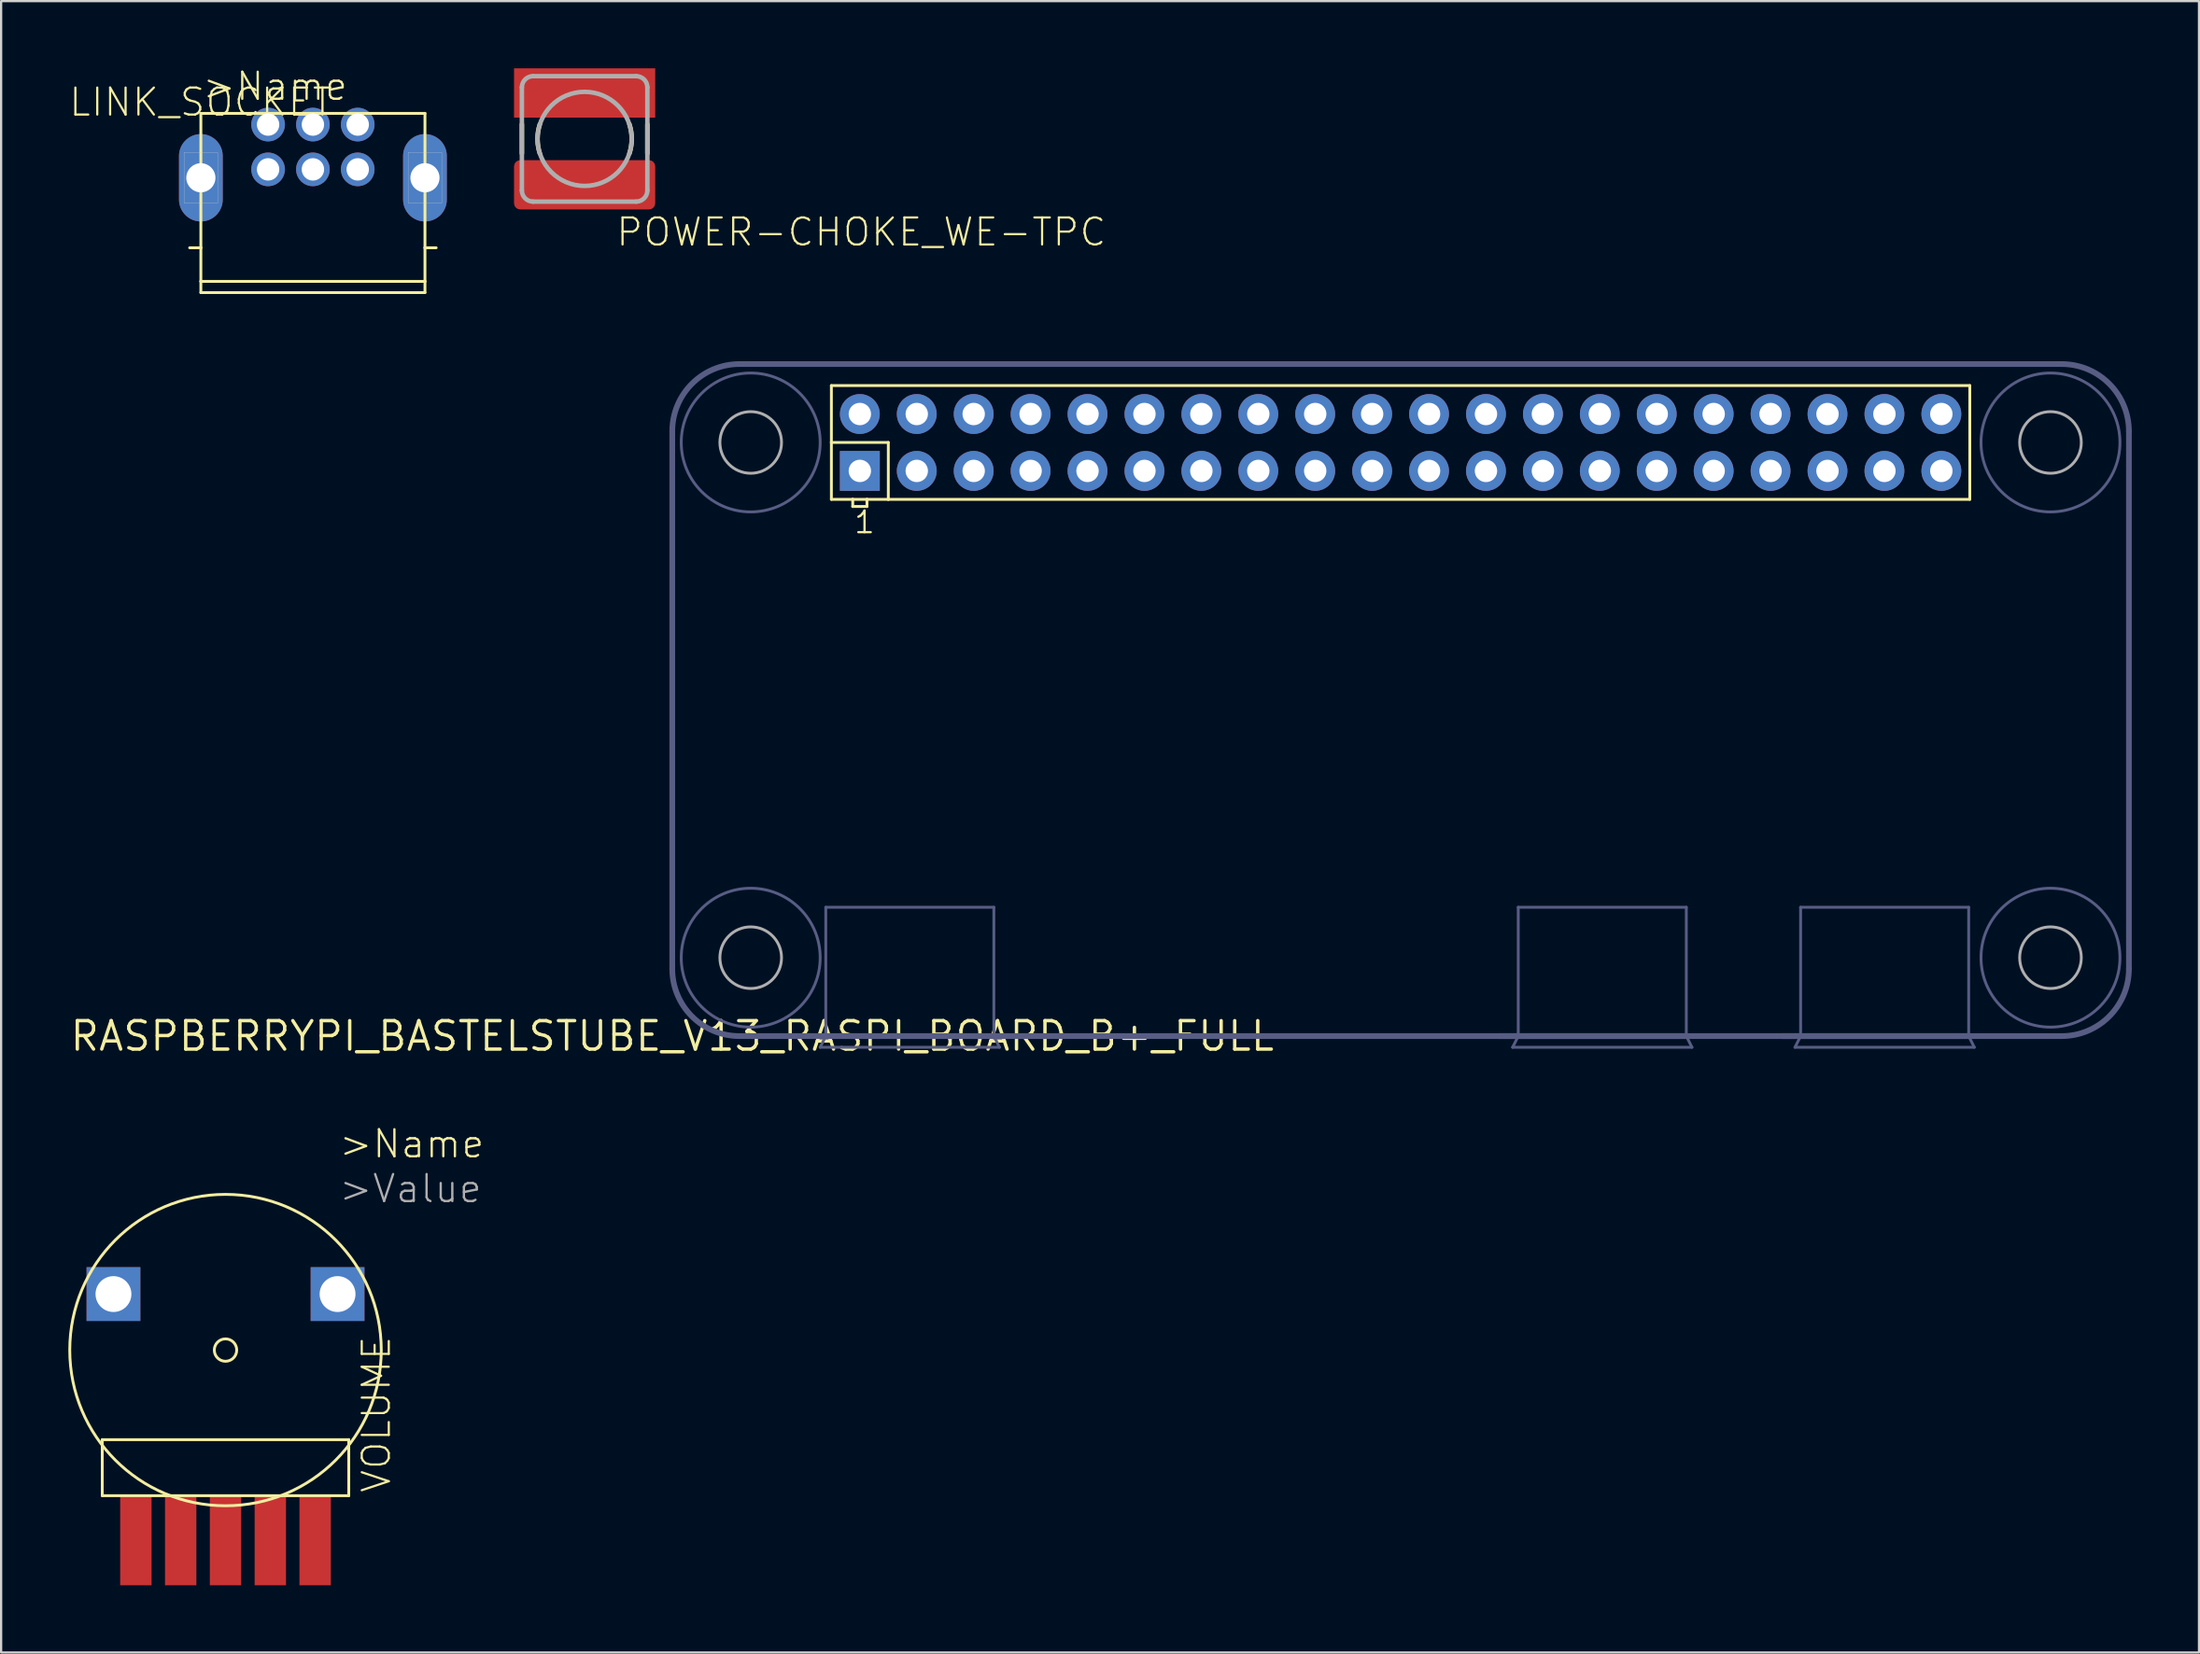
<source format=kicad_pcb>
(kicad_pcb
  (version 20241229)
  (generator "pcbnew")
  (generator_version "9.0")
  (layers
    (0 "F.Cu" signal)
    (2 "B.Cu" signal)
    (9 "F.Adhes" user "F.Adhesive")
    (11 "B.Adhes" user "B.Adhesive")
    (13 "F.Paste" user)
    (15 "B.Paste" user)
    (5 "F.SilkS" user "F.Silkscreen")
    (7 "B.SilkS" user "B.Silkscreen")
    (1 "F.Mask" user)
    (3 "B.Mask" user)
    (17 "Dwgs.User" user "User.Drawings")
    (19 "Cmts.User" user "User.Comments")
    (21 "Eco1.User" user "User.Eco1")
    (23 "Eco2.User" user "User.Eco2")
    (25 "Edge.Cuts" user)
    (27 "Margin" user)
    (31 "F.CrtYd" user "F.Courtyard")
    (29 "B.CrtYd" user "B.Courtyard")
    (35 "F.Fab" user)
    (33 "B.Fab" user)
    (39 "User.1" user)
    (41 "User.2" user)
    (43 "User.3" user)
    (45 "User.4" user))
  (footprint "LINK_SOCKET"
    (layer "F.Cu")
    (at 10.913 3.511)
    (property "Reference" "LINK_SOCKET" (at -5 -2 180) (layer "F.SilkS") (effects (font (size 1.206 1.206) (thickness 0.097))))
    (attr through_hole)
    (fp_line (start -5 -1.5) (end 5 -1.5) (stroke (width 0.127) (type solid)) (layer "F.SilkS"))
    (fp_line (start -5 4.5) (end -5.5 4.5) (stroke (width 0.127) (type solid)) (layer "F.SilkS"))
    (fp_line (start -5 4.5) (end -5 -1.5) (stroke (width 0.127) (type solid)) (layer "F.SilkS"))
    (fp_line (start -5 6) (end -5 4.5) (stroke (width 0.127) (type solid)) (layer "F.SilkS"))
    (fp_line (start -5 6) (end 5 6) (stroke (width 0.127) (type solid)) (layer "F.SilkS"))
    (fp_line (start -5 6.5) (end -5 6) (stroke (width 0.127) (type solid)) (layer "F.SilkS"))
    (fp_line (start 5 -1.5) (end 5 4.5) (stroke (width 0.127) (type solid)) (layer "F.SilkS"))
    (fp_line (start 5 4.5) (end 5 6) (stroke (width 0.127) (type solid)) (layer "F.SilkS"))
    (fp_line (start 5 4.5) (end 5.5 4.5) (stroke (width 0.127) (type solid)) (layer "F.SilkS"))
    (fp_line (start 5 6) (end 5 6.5) (stroke (width 0.127) (type solid)) (layer "F.SilkS"))
    (fp_line (start 5 6.5) (end -5 6.5) (stroke (width 0.127) (type solid)) (layer "F.SilkS"))
    (fp_line (start -5.75 0.25) (end -4.25 0.25) (stroke (width 0.01) (type solid)) (layer "Edge.Cuts"))
    (fp_line (start -5.75 2.5) (end -5.75 0.25) (stroke (width 0.01) (type solid)) (layer "Edge.Cuts"))
    (fp_line (start -4.25 0.25) (end -4.25 2.5) (stroke (width 0.01) (type solid)) (layer "Edge.Cuts"))
    (fp_line (start -4.25 2.5) (end -5.75 2.5) (stroke (width 0.01) (type solid)) (layer "Edge.Cuts"))
    (fp_line (start 4.25 0.25) (end 5.75 0.25) (stroke (width 0.01) (type solid)) (layer "Edge.Cuts"))
    (fp_line (start 4.25 2.5) (end 4.25 0.25) (stroke (width 0.01) (type solid)) (layer "Edge.Cuts"))
    (fp_line (start 5.75 0.25) (end 5.75 2.5) (stroke (width 0.01) (type solid)) (layer "Edge.Cuts"))
    (fp_line (start 5.75 2.5) (end 4.25 2.5) (stroke (width 0.01) (type solid)) (layer "Edge.Cuts"))
    (fp_text user ">Name" (at -5 -2 0) (layer "F.SilkS") (effects (font (size 1.206 1.206) (thickness 0.102)) (justify left bottom)))
    (pad "1" thru_hole circle (at -2 1) (size 1.5 1.5) (drill 1) (layers "*.Cu" "*.Mask"))
    (pad "2" thru_hole circle (at -2 -1) (size 1.5 1.5) (drill 1) (layers "*.Cu" "*.Mask"))
    (pad "3" thru_hole circle (at 0 1) (size 1.5 1.5) (drill 1) (layers "*.Cu" "*.Mask"))
    (pad "4" thru_hole circle (at 0 -1) (size 1.5 1.5) (drill 1) (layers "*.Cu" "*.Mask"))
    (pad "5" thru_hole circle (at 2 1) (size 1.5 1.5) (drill 1) (layers "*.Cu" "*.Mask"))
    (pad "6" thru_hole circle (at 2 -1) (size 1.5 1.5) (drill 1) (layers "*.Cu" "*.Mask"))
    (pad "GND@1" thru_hole oval (at -5 1.375 90) (size 3.9 1.95) (drill 1.3) (layers "*.Cu" "*.Mask"))
    (pad "GND@2" thru_hole oval (at 5 1.375 90) (size 3.9 1.95) (drill 1.3) (layers "*.Cu" "*.Mask")))
  (footprint "VOLUME"
    (layer "F.Cu")
    (at 7.013 63.719)
    (property "Reference" "VOLUME" (at 6.732 -3.631 270) (layer "F.SilkS") (effects (font (size 1.206 1.206) (thickness 0.097))))
    (attr through_hole)
    (fp_line (start -5.5 -2.5) (end 5.5 -2.5) (stroke (width 0.127) (type solid)) (layer "F.SilkS"))
    (fp_line (start -5.5 0) (end -5.5 -2.5) (stroke (width 0.127) (type solid)) (layer "F.SilkS"))
    (fp_line (start 5.5 -2.5) (end 5.5 0) (stroke (width 0.127) (type solid)) (layer "F.SilkS"))
    (fp_line (start 5.5 0) (end -5.5 0) (stroke (width 0.127) (type solid)) (layer "F.SilkS"))
    (fp_circle (center 0 -6.5) (end 0.5 -6.5) (stroke (width 0.127) (type solid)) (fill no) (layer "F.SilkS"))
    (fp_circle (center 0 -6.5) (end 6.95 -6.5) (stroke (width 0.127) (type solid)) (fill no) (layer "F.SilkS"))
    (fp_text user ">Name" (at 5 -15 0) (layer "F.SilkS") (effects (font (size 1.206 1.206) (thickness 0.102)) (justify left bottom)))
    (fp_text user ">Value" (at 5 -13 0) (layer "F.Fab") (effects (font (size 1.206 1.206) (thickness 0.102)) (justify left bottom)))
    (pad "1" smd rect (at -4 2) (size 1.4 4) (layers "F.Cu" "F.Mask" "F.Paste"))
    (pad "2" smd rect (at -2 2) (size 1.4 4) (layers "F.Cu" "F.Mask" "F.Paste"))
    (pad "3" smd rect (at 0 2) (size 1.4 4) (layers "F.Cu" "F.Mask" "F.Paste"))
    (pad "4" smd rect (at 2 2) (size 1.4 4) (layers "F.Cu" "F.Mask" "F.Paste"))
    (pad "5" smd rect (at 4 2) (size 1.4 4) (layers "F.Cu" "F.Mask" "F.Paste"))
    (pad "P$6" thru_hole rect (at -5 -9) (size 2.4 2.4) (drill 1.6) (layers "*.Cu" "*.Mask"))
    (pad "P$7" thru_hole rect (at 5 -9) (size 2.4 2.4) (drill 1.6) (layers "*.Cu" "*.Mask")))
  (footprint "RASPBERRYPI_BASTELSTUBE_V13_RASPI_BOARD_B+_FULL"
    (layer "F.Cu")
    (at 26.949 43.202)
    (property "Reference" "RASPBERRYPI_BASTELSTUBE_V13_RASPI_BOARD_B+_FULL" (at 0 0 0) (layer "F.SilkS") (effects (font (size 1.27 1.27) (thickness 0.15))))
    (attr through_hole)
    (fp_line (start 7.1 -29.04) (end 7.1 -26.5) (stroke (width 0.127) (type solid)) (layer "F.SilkS"))
    (fp_line (start 7.1 -26.5) (end 7.1 -23.96) (stroke (width 0.127) (type solid)) (layer "F.SilkS"))
    (fp_line (start 7.1 -26.5) (end 9.64 -26.5) (stroke (width 0.127) (type solid)) (layer "F.SilkS"))
    (fp_line (start 7.1 -23.96) (end 8.053 -23.96) (stroke (width 0.127) (type solid)) (layer "F.SilkS"))
    (fp_line (start 8.053 -23.96) (end 8.053 -23.642) (stroke (width 0.127) (type solid)) (layer "F.SilkS"))
    (fp_line (start 8.053 -23.96) (end 8.688 -23.96) (stroke (width 0.127) (type solid)) (layer "F.SilkS"))
    (fp_line (start 8.053 -23.642) (end 8.688 -23.642) (stroke (width 0.127) (type solid)) (layer "F.SilkS"))
    (fp_line (start 8.688 -23.96) (end 9.64 -23.96) (stroke (width 0.127) (type solid)) (layer "F.SilkS"))
    (fp_line (start 8.688 -23.642) (end 8.688 -23.96) (stroke (width 0.127) (type solid)) (layer "F.SilkS"))
    (fp_line (start 9.64 -26.5) (end 9.64 -23.96) (stroke (width 0.127) (type solid)) (layer "F.SilkS"))
    (fp_line (start 9.64 -23.96) (end 57.9 -23.96) (stroke (width 0.127) (type solid)) (layer "F.SilkS"))
    (fp_line (start 57.9 -29.04) (end 7.1 -29.04) (stroke (width 0.127) (type solid)) (layer "F.SilkS"))
    (fp_line (start 57.9 -23.96) (end 57.9 -29.04) (stroke (width 0.127) (type solid)) (layer "F.SilkS"))
    (fp_line (start 0 -27) (end 0 -3) (stroke (width 0.254) (type solid)) (layer "B.Fab"))
    (fp_line (start 3 0) (end 6.85 0) (stroke (width 0.254) (type solid)) (layer "B.Fab"))
    (fp_line (start 6.6 0.5) (end 14.6 0.5) (stroke (width 0.127) (type solid)) (layer "B.Fab"))
    (fp_line (start 6.85 -5.75) (end 14.35 -5.75) (stroke (width 0.127) (type solid)) (layer "B.Fab"))
    (fp_line (start 6.85 0) (end 6.6 0.5) (stroke (width 0.127) (type solid)) (layer "B.Fab"))
    (fp_line (start 6.85 0) (end 6.85 -5.75) (stroke (width 0.127) (type solid)) (layer "B.Fab"))
    (fp_line (start 6.85 0) (end 14.35 0) (stroke (width 0.254) (type solid)) (layer "B.Fab"))
    (fp_line (start 14.35 -5.75) (end 14.35 0) (stroke (width 0.127) (type solid)) (layer "B.Fab"))
    (fp_line (start 14.35 0) (end 62 0) (stroke (width 0.254) (type solid)) (layer "B.Fab"))
    (fp_line (start 14.6 0.5) (end 14.35 0) (stroke (width 0.127) (type solid)) (layer "B.Fab"))
    (fp_line (start 36.9 0) (end 37.75 0) (stroke (width 0.254) (type solid)) (layer "B.Fab"))
    (fp_line (start 37.5 0.5) (end 45.5 0.5) (stroke (width 0.127) (type solid)) (layer "B.Fab"))
    (fp_line (start 37.75 -5.75) (end 45.25 -5.75) (stroke (width 0.127) (type solid)) (layer "B.Fab"))
    (fp_line (start 37.75 0) (end 37.5 0.5) (stroke (width 0.127) (type solid)) (layer "B.Fab"))
    (fp_line (start 37.75 0) (end 37.75 -5.75) (stroke (width 0.127) (type solid)) (layer "B.Fab"))
    (fp_line (start 37.75 0) (end 45.25 0) (stroke (width 0.254) (type solid)) (layer "B.Fab"))
    (fp_line (start 45.25 -5.75) (end 45.25 0) (stroke (width 0.127) (type solid)) (layer "B.Fab"))
    (fp_line (start 45.5 0.5) (end 45.25 0) (stroke (width 0.127) (type solid)) (layer "B.Fab"))
    (fp_line (start 49.5 0) (end 50.35 0) (stroke (width 0.254) (type solid)) (layer "B.Fab"))
    (fp_line (start 50.1 0.5) (end 58.1 0.5) (stroke (width 0.127) (type solid)) (layer "B.Fab"))
    (fp_line (start 50.35 -5.75) (end 57.85 -5.75) (stroke (width 0.127) (type solid)) (layer "B.Fab"))
    (fp_line (start 50.35 0) (end 50.1 0.5) (stroke (width 0.127) (type solid)) (layer "B.Fab"))
    (fp_line (start 50.35 0) (end 50.35 -5.75) (stroke (width 0.127) (type solid)) (layer "B.Fab"))
    (fp_line (start 50.35 0) (end 57.85 0) (stroke (width 0.254) (type solid)) (layer "B.Fab"))
    (fp_line (start 57.85 -5.75) (end 57.85 0) (stroke (width 0.127) (type solid)) (layer "B.Fab"))
    (fp_line (start 58.1 0.5) (end 57.85 0) (stroke (width 0.127) (type solid)) (layer "B.Fab"))
    (fp_line (start 62 -30) (end 3 -30) (stroke (width 0.254) (type solid)) (layer "B.Fab"))
    (fp_line (start 65 -3) (end 65 -27) (stroke (width 0.254) (type solid)) (layer "B.Fab"))
    (fp_arc (start 0 -27) (mid 0.87868 -29.12132) (end 3 -30) (stroke (width 0.254) (type solid)) (layer "B.Fab"))
    (fp_arc (start 3 0) (mid 0.87868 -0.87868) (end 0 -3) (stroke (width 0.254) (type solid)) (layer "B.Fab"))
    (fp_arc (start 62 -30) (mid 64.12132 -29.12132) (end 65 -27) (stroke (width 0.254) (type solid)) (layer "B.Fab"))
    (fp_arc (start 65 -3) (mid 64.12132 -0.87868) (end 62 0) (stroke (width 0.254) (type solid)) (layer "B.Fab"))
    (fp_circle (center 3.5 -26.5) (end 6.6 -26.5) (stroke (width 0.127) (type solid)) (fill no) (layer "B.Fab"))
    (fp_circle (center 3.5 -3.5) (end 6.6 -3.5) (stroke (width 0.127) (type solid)) (fill no) (layer "B.Fab"))
    (fp_circle (center 61.5 -26.5) (end 64.6 -26.5) (stroke (width 0.127) (type solid)) (fill no) (layer "B.Fab"))
    (fp_circle (center 61.5 -3.5) (end 64.6 -3.5) (stroke (width 0.127) (type solid)) (fill no) (layer "B.Fab"))
    (fp_circle (center 3.5 -26.5) (end 4.875 -26.5) (stroke (width 0.127) (type solid)) (fill no) (layer "F.Fab"))
    (fp_circle (center 3.5 -3.5) (end 4.875 -3.5) (stroke (width 0.127) (type solid)) (fill no) (layer "F.Fab"))
    (fp_circle (center 61.5 -26.5) (end 62.875 -26.5) (stroke (width 0.127) (type solid)) (fill no) (layer "F.Fab"))
    (fp_circle (center 61.5 -3.5) (end 62.875 -3.5) (stroke (width 0.127) (type solid)) (fill no) (layer "F.Fab"))
    (fp_text user "1" (at 8.053 -22.372 0) (layer "F.SilkS") (effects (font (size 0.965 0.965) (thickness 0.102)) (justify left bottom)))
    (pad "1" thru_hole rect (at 8.37 -25.23) (size 1.778 1.778) (drill 1) (layers "*.Cu" "*.Mask"))
    (pad "2" thru_hole circle (at 8.37 -27.77) (size 1.778 1.778) (drill 1) (layers "*.Cu" "*.Mask"))
    (pad "3" thru_hole circle (at 10.91 -25.23) (size 1.778 1.778) (drill 1) (layers "*.Cu" "*.Mask"))
    (pad "4" thru_hole circle (at 10.91 -27.77) (size 1.778 1.778) (drill 1) (layers "*.Cu" "*.Mask"))
    (pad "5" thru_hole circle (at 13.45 -25.23) (size 1.778 1.778) (drill 1) (layers "*.Cu" "*.Mask"))
    (pad "6" thru_hole circle (at 13.45 -27.77) (size 1.778 1.778) (drill 1) (layers "*.Cu" "*.Mask"))
    (pad "7" thru_hole circle (at 15.99 -25.23) (size 1.778 1.778) (drill 1) (layers "*.Cu" "*.Mask"))
    (pad "8" thru_hole circle (at 15.99 -27.77) (size 1.778 1.778) (drill 1) (layers "*.Cu" "*.Mask"))
    (pad "9" thru_hole circle (at 18.53 -25.23) (size 1.778 1.778) (drill 1) (layers "*.Cu" "*.Mask"))
    (pad "10" thru_hole circle (at 18.53 -27.77) (size 1.778 1.778) (drill 1) (layers "*.Cu" "*.Mask"))
    (pad "11" thru_hole circle (at 21.07 -25.23) (size 1.778 1.778) (drill 1) (layers "*.Cu" "*.Mask"))
    (pad "12" thru_hole circle (at 21.07 -27.77) (size 1.778 1.778) (drill 1) (layers "*.Cu" "*.Mask"))
    (pad "13" thru_hole circle (at 23.61 -25.23) (size 1.778 1.778) (drill 1) (layers "*.Cu" "*.Mask"))
    (pad "14" thru_hole circle (at 23.61 -27.77) (size 1.778 1.778) (drill 1) (layers "*.Cu" "*.Mask"))
    (pad "15" thru_hole circle (at 26.15 -25.23) (size 1.778 1.778) (drill 1) (layers "*.Cu" "*.Mask"))
    (pad "16" thru_hole circle (at 26.15 -27.77) (size 1.778 1.778) (drill 1) (layers "*.Cu" "*.Mask"))
    (pad "17" thru_hole circle (at 28.69 -25.23) (size 1.778 1.778) (drill 1) (layers "*.Cu" "*.Mask"))
    (pad "18" thru_hole circle (at 28.69 -27.77) (size 1.778 1.778) (drill 1) (layers "*.Cu" "*.Mask"))
    (pad "19" thru_hole circle (at 31.23 -25.23) (size 1.778 1.778) (drill 1) (layers "*.Cu" "*.Mask"))
    (pad "20" thru_hole circle (at 31.23 -27.77) (size 1.778 1.778) (drill 1) (layers "*.Cu" "*.Mask"))
    (pad "21" thru_hole circle (at 33.77 -25.23) (size 1.778 1.778) (drill 1) (layers "*.Cu" "*.Mask"))
    (pad "22" thru_hole circle (at 33.77 -27.77) (size 1.778 1.778) (drill 1) (layers "*.Cu" "*.Mask"))
    (pad "23" thru_hole circle (at 36.31 -25.23) (size 1.778 1.778) (drill 1) (layers "*.Cu" "*.Mask"))
    (pad "24" thru_hole circle (at 36.31 -27.77) (size 1.778 1.778) (drill 1) (layers "*.Cu" "*.Mask"))
    (pad "25" thru_hole circle (at 38.85 -25.23) (size 1.778 1.778) (drill 1) (layers "*.Cu" "*.Mask"))
    (pad "26" thru_hole circle (at 38.85 -27.77) (size 1.778 1.778) (drill 1) (layers "*.Cu" "*.Mask"))
    (pad "27" thru_hole circle (at 41.39 -25.23) (size 1.778 1.778) (drill 1) (layers "*.Cu" "*.Mask"))
    (pad "28" thru_hole circle (at 41.39 -27.77) (size 1.778 1.778) (drill 1) (layers "*.Cu" "*.Mask"))
    (pad "29" thru_hole circle (at 43.93 -25.23) (size 1.778 1.778) (drill 1) (layers "*.Cu" "*.Mask"))
    (pad "30" thru_hole circle (at 43.93 -27.77) (size 1.778 1.778) (drill 1) (layers "*.Cu" "*.Mask"))
    (pad "31" thru_hole circle (at 46.47 -25.23) (size 1.778 1.778) (drill 1) (layers "*.Cu" "*.Mask"))
    (pad "32" thru_hole circle (at 46.47 -27.77) (size 1.778 1.778) (drill 1) (layers "*.Cu" "*.Mask"))
    (pad "33" thru_hole circle (at 49.01 -25.23) (size 1.778 1.778) (drill 1) (layers "*.Cu" "*.Mask"))
    (pad "34" thru_hole circle (at 49.01 -27.77) (size 1.778 1.778) (drill 1) (layers "*.Cu" "*.Mask"))
    (pad "35" thru_hole circle (at 51.55 -25.23) (size 1.778 1.778) (drill 1) (layers "*.Cu" "*.Mask"))
    (pad "36" thru_hole circle (at 51.55 -27.77) (size 1.778 1.778) (drill 1) (layers "*.Cu" "*.Mask"))
    (pad "37" thru_hole circle (at 54.09 -25.23) (size 1.778 1.778) (drill 1) (layers "*.Cu" "*.Mask"))
    (pad "38" thru_hole circle (at 54.09 -27.77) (size 1.778 1.778) (drill 1) (layers "*.Cu" "*.Mask"))
    (pad "39" thru_hole circle (at 56.63 -25.23) (size 1.778 1.778) (drill 1) (layers "*.Cu" "*.Mask"))
    (pad "40" thru_hole circle (at 56.63 -27.77) (size 1.778 1.778) (drill 1) (layers "*.Cu" "*.Mask")))
  (footprint "POWER-CHOKE_WE-TPC"
    (layer "F.Cu")
    (at 23.038 3.15)
    (property "Reference" "POWER-CHOKE_WE-TPC" (at 1.341 4.865 180) (layer "F.SilkS") (effects (font (size 1.206 1.206) (thickness 0.097)) (justify left bottom)))
    (attr through_hole)
    (fp_line (start -2.8 -0.65) (end -2.8 0.65) (stroke (width 0.2) (type solid)) (layer "F.SilkS"))
    (fp_line (start 2.8 0.65) (end 2.8 -0.65) (stroke (width 0.2) (type solid)) (layer "F.SilkS"))
    (fp_arc (start -2 0.65) (mid -2.102974 0) (end -2 -0.65) (stroke (width 0.2) (type solid)) (layer "F.SilkS"))
    (fp_arc (start 2 -0.65) (mid 2.102974 0) (end 2 0.65) (stroke (width 0.2) (type solid)) (layer "F.SilkS"))
    (fp_line (start -2.8 2.3) (end -2.8 -2.3) (stroke (width 0.2) (type solid)) (layer "F.Fab"))
    (fp_line (start -2.3 -2.8) (end 2.3 -2.8) (stroke (width 0.2) (type solid)) (layer "F.Fab"))
    (fp_line (start 2.3 2.8) (end -2.3 2.8) (stroke (width 0.2) (type solid)) (layer "F.Fab"))
    (fp_line (start 2.8 -2.3) (end 2.8 2.3) (stroke (width 0.2) (type solid)) (layer "F.Fab"))
    (fp_arc (start -2.8 -2.3) (mid -2.653553 -2.653553) (end -2.3 -2.8) (stroke (width 0.2) (type solid)) (layer "F.Fab"))
    (fp_arc (start -2.3 2.8) (mid -2.653553 2.653553) (end -2.8 2.3) (stroke (width 0.2) (type solid)) (layer "F.Fab"))
    (fp_arc (start 2.3 -2.8) (mid 2.653553 -2.653553) (end 2.8 -2.3) (stroke (width 0.2) (type solid)) (layer "F.Fab"))
    (fp_arc (start 2.8 2.3) (mid 2.653553 2.653553) (end 2.3 2.8) (stroke (width 0.2) (type solid)) (layer "F.Fab"))
    (fp_circle (center 0 0) (end 2.1 0) (stroke (width 0.2) (type solid)) (fill no) (layer "F.Fab"))
    (pad "1" smd rect (at 0 -2.05) (size 6.3 2.2) (layers "F.Cu" "F.Mask" "F.Paste"))
    (pad "2" smd roundrect (at 0 2.05 180) (size 6.3 2.2) (layers "F.Cu" "F.Mask" "F.Paste") (roundrect_rratio 0.125)))
  (gr_rect
    (start -3 -3)
    (end 95.076 70.719)
    (stroke (width 0.1) (type default))
    (fill no)
    (layer "Edge.Cuts")))
</source>
